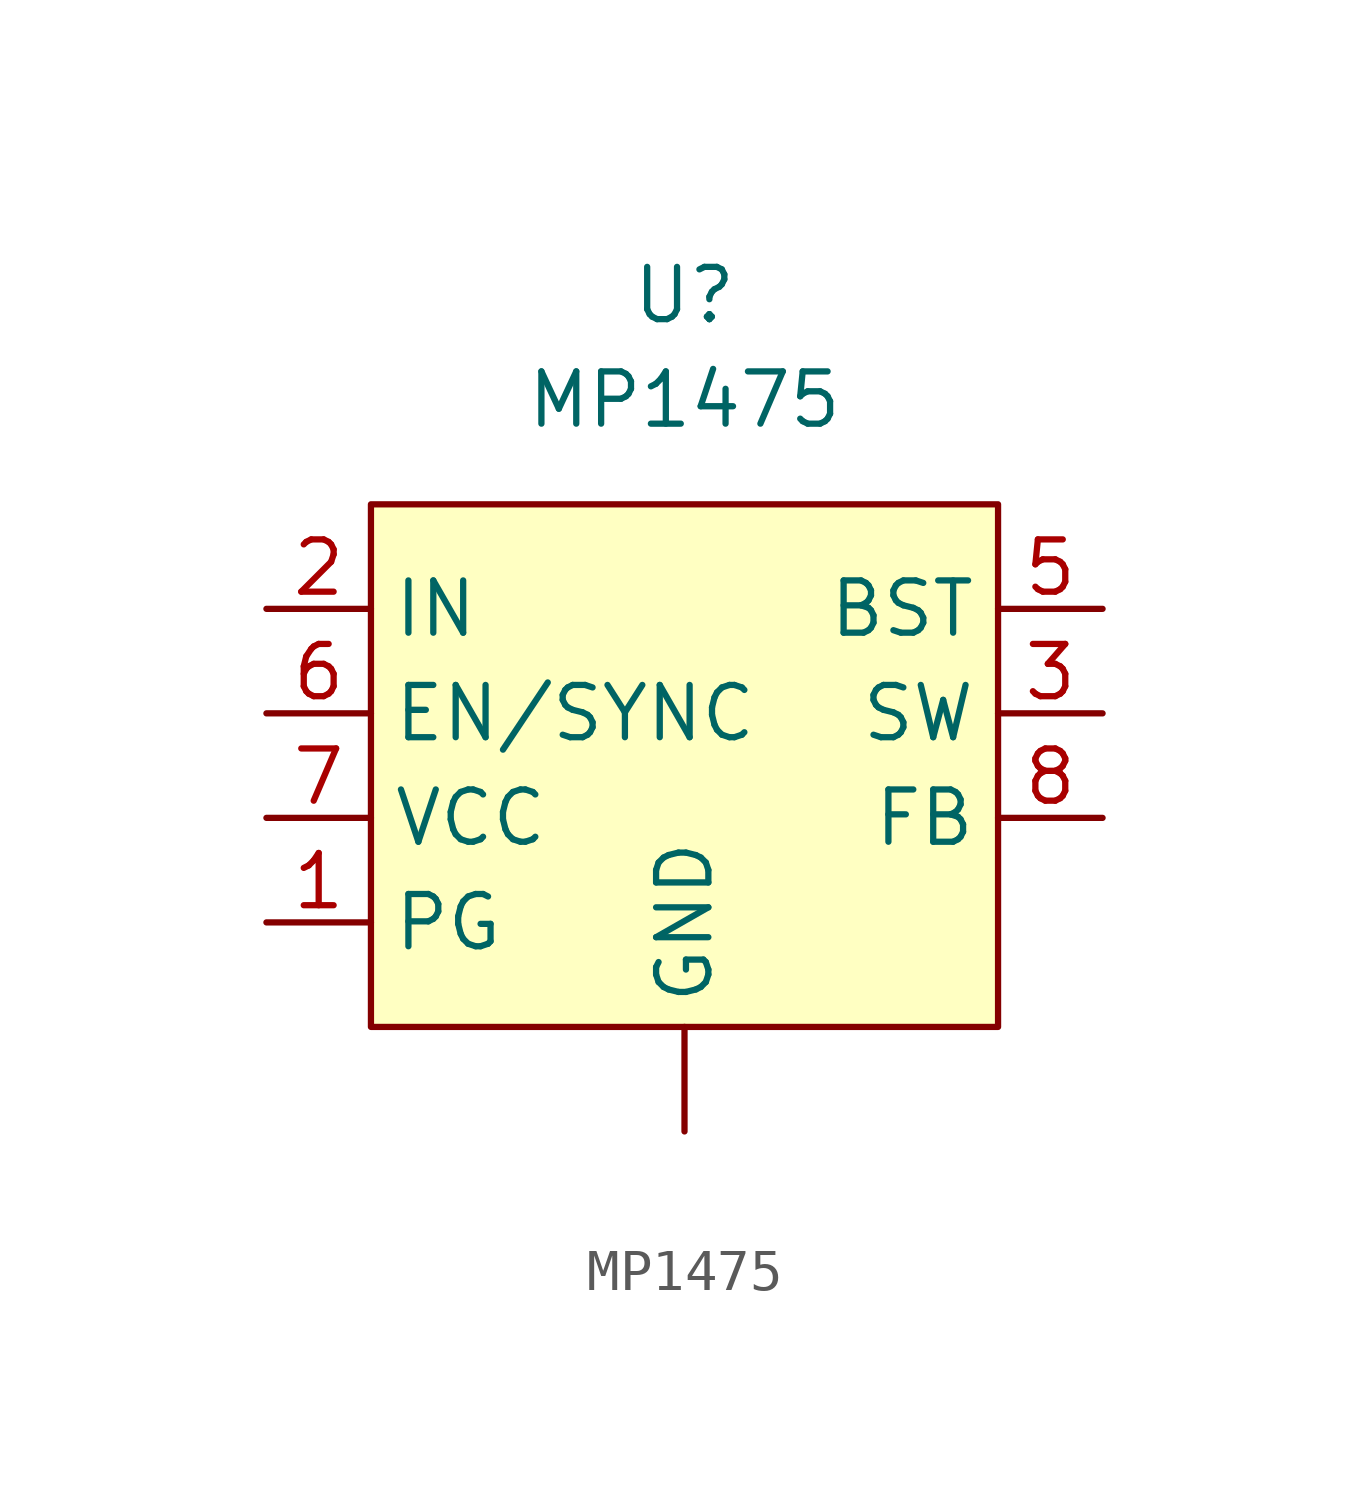
<source format=kicad_sym>
(kicad_symbol_lib
  (version 20220914)
  (generator kicad_symbol_editor)
  (symbol "MP1475"
    (property "Reference" "U"
      (at 0 11.43 0)
      (effects (font (size 1.27 1.27))))
    (property "Value" "MP1475"
      (at 0 8.89 0)
      (effects (font (size 1.27 1.27))))
    (symbol "MP1475_1_1"
      (rectangle (start -7.62 6.35) (end 7.62 -6.35) (stroke (width 0) (type default)) (fill (type background)))
      (pin power_in line (at 0 -8.89 90) (length 2.54) (name "GND" (effects (font (size 1.27 1.27)))) (number "" (effects (font (size 1.27 1.27)))))
      (pin output line (at -10.16 -3.81 0) (length 2.54) (name "PG" (effects (font (size 1.27 1.27)))) (number "1" (effects (font (size 1.27 1.27)))))
      (pin power_in line (at -10.16 3.81 0) (length 2.54) (name "IN" (effects (font (size 1.27 1.27)))) (number "2" (effects (font (size 1.27 1.27)))))
      (pin power_out line (at 10.16 1.27 180) (length 2.54) (name "SW" (effects (font (size 1.27 1.27)))) (number "3" (effects (font (size 1.27 1.27)))))
      (pin passive line (at 10.16 3.81 180) (length 2.54) (name "BST" (effects (font (size 1.27 1.27)))) (number "5" (effects (font (size 1.27 1.27)))))
      (pin input line (at -10.16 1.27 0) (length 2.54) (name "EN/SYNC" (effects (font (size 1.27 1.27)))) (number "6" (effects (font (size 1.27 1.27)))))
      (pin input line (at -10.16 -1.27 0) (length 2.54) (name "VCC" (effects (font (size 1.27 1.27)))) (number "7" (effects (font (size 1.27 1.27)))))
      (pin input line (at 10.16 -1.27 180) (length 2.54) (name "FB" (effects (font (size 1.27 1.27)))) (number "8" (effects (font (size 1.27 1.27))))))))
</source>
